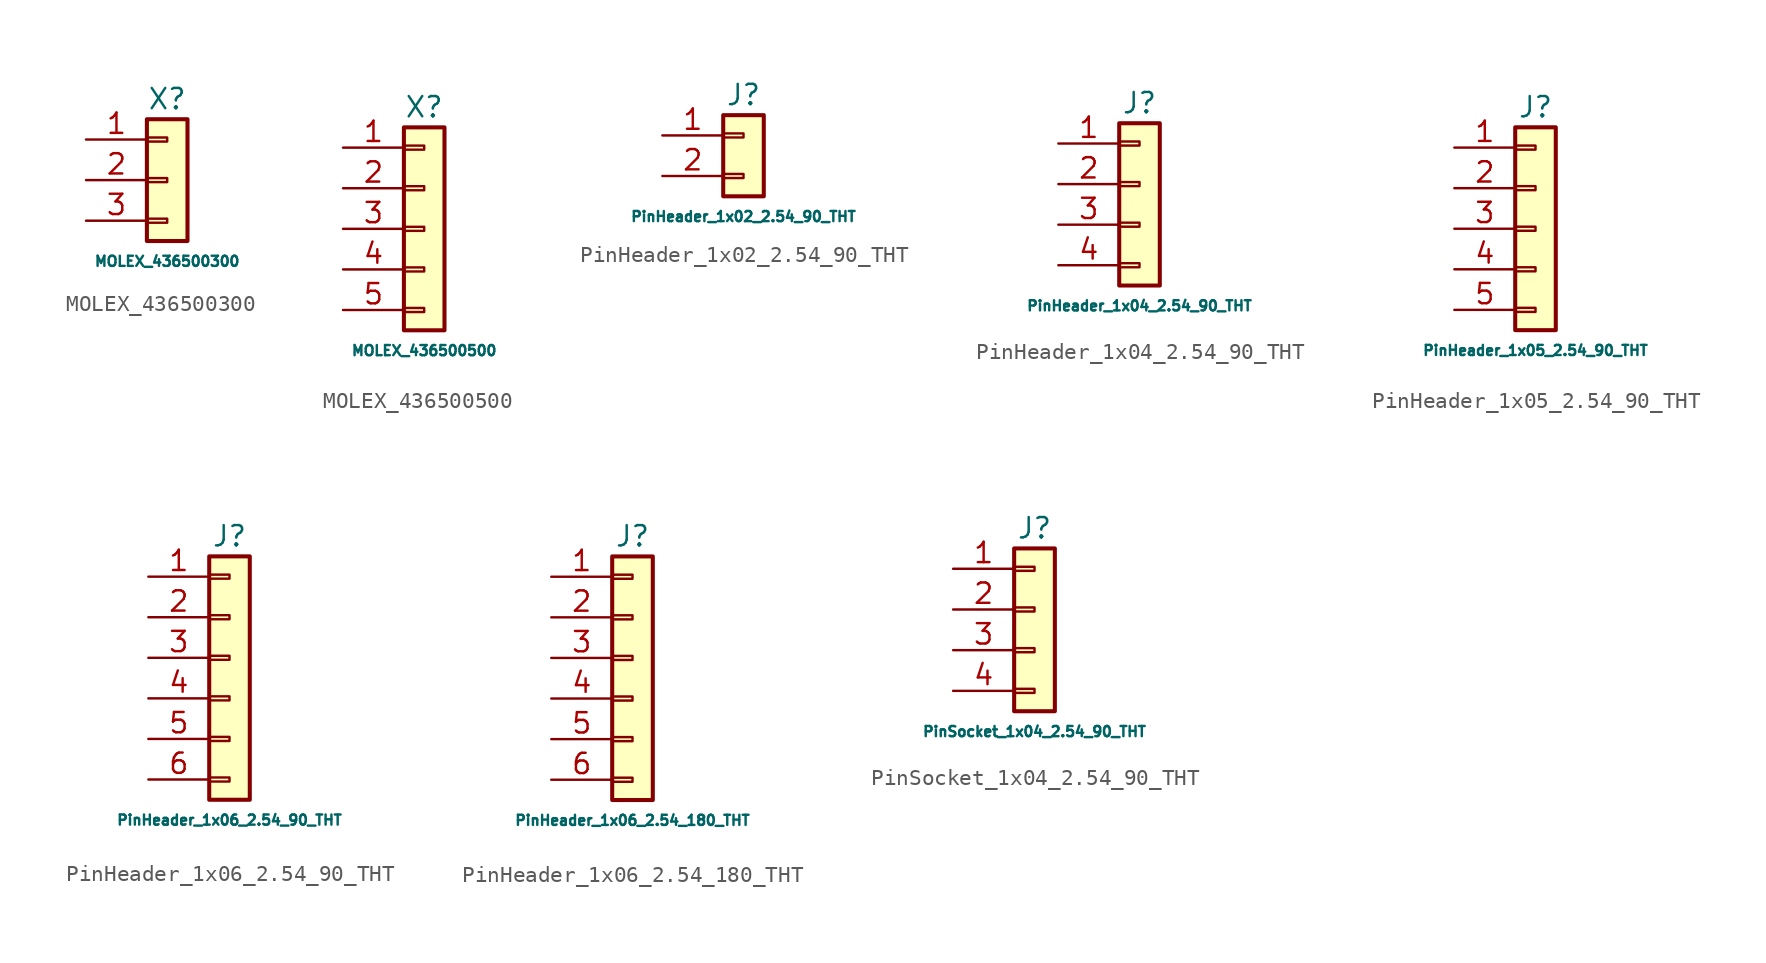
<source format=kicad_sym>
(kicad_symbol_lib
  (version 20220914)
  (generator kicad_symbol_editor)
  (symbol "MOLEX_436500300"
    (pin_names
      (offset 1.016) hide)
    (property "Reference" "X"
      (at 0 2.54 0)
      (effects (font (size 1.27 1.27))))
    (property "Value" "MOLEX_436500300"
      (at 0 -7.62 0)
      (effects (font (size 0.635 0.635))))
    (symbol "MOLEX_436500300_1_1"
      (rectangle (start -1.27 -4.953) (end 0 -5.207) (stroke (width 0.152) (type default)) (fill (type none)))
      (rectangle (start -1.27 -2.413) (end 0 -2.667) (stroke (width 0.152) (type default)) (fill (type none)))
      (rectangle (start -1.27 0.127) (end 0 -0.127) (stroke (width 0.152) (type default)) (fill (type none)))
      (rectangle (start -1.27 1.27) (end 1.27 -6.35) (stroke (width 0.254) (type default)) (fill (type background)))
      (pin passive line (at -5.08 0 0) (length 3.81) (name "Pin_1" (effects (font (size 1.27 1.27)))) (number "1" (effects (font (size 1.27 1.27)))))
      (pin passive line (at -5.08 -2.54 0) (length 3.81) (name "Pin_2" (effects (font (size 1.27 1.27)))) (number "2" (effects (font (size 1.27 1.27)))))
      (pin passive line (at -5.08 -5.08 0) (length 3.81) (name "Pin_3" (effects (font (size 1.27 1.27)))) (number "3" (effects (font (size 1.27 1.27)))))))
  (symbol "MOLEX_436500500"
    (pin_names
      (offset 1.016) hide)
    (property "Reference" "X"
      (at 0 2.54 0)
      (effects (font (size 1.27 1.27))))
    (property "Value" "MOLEX_436500500"
      (at 0 -12.7 0)
      (effects (font (size 0.635 0.635))))
    (symbol "MOLEX_436500500_1_1"
      (rectangle (start -1.27 -10.033) (end 0 -10.287) (stroke (width 0.152) (type default)) (fill (type none)))
      (rectangle (start -1.27 -7.493) (end 0 -7.747) (stroke (width 0.152) (type default)) (fill (type none)))
      (rectangle (start -1.27 -4.953) (end 0 -5.207) (stroke (width 0.152) (type default)) (fill (type none)))
      (rectangle (start -1.27 -2.413) (end 0 -2.667) (stroke (width 0.152) (type default)) (fill (type none)))
      (rectangle (start -1.27 0.127) (end 0 -0.127) (stroke (width 0.152) (type default)) (fill (type none)))
      (rectangle (start -1.27 1.27) (end 1.27 -11.43) (stroke (width 0.254) (type default)) (fill (type background)))
      (pin passive line (at -5.08 0 0) (length 3.81) (name "Pin_1" (effects (font (size 1.27 1.27)))) (number "1" (effects (font (size 1.27 1.27)))))
      (pin passive line (at -5.08 -2.54 0) (length 3.81) (name "Pin_2" (effects (font (size 1.27 1.27)))) (number "2" (effects (font (size 1.27 1.27)))))
      (pin passive line (at -5.08 -5.08 0) (length 3.81) (name "Pin_3" (effects (font (size 1.27 1.27)))) (number "3" (effects (font (size 1.27 1.27)))))
      (pin passive line (at -5.08 -7.62 0) (length 3.81) (name "Pin_4" (effects (font (size 1.27 1.27)))) (number "4" (effects (font (size 1.27 1.27)))))
      (pin passive line (at -5.08 -10.16 0) (length 3.81) (name "Pin_5" (effects (font (size 1.27 1.27)))) (number "5" (effects (font (size 1.27 1.27)))))))
  (symbol "PinHeader_1x02_2.54_90_THT"
    (pin_names
      (offset 1.016) hide)
    (property "Reference" "J"
      (at 0 2.54 0)
      (effects (font (size 1.27 1.27))))
    (property "Value" "PinHeader_1x02_2.54_90_THT"
      (at 0 -5.08 0)
      (effects (font (size 0.635 0.635))))
    (symbol "PinHeader_1x02_2.54_90_THT_1_1"
      (rectangle (start -1.27 -2.413) (end 0 -2.667) (stroke (width 0.152) (type default)) (fill (type none)))
      (rectangle (start -1.27 0.127) (end 0 -0.127) (stroke (width 0.152) (type default)) (fill (type none)))
      (rectangle (start -1.27 1.27) (end 1.27 -3.81) (stroke (width 0.254) (type default)) (fill (type background)))
      (pin passive line (at -5.08 0 0) (length 3.81) (name "Pin_1" (effects (font (size 1.27 1.27)))) (number "1" (effects (font (size 1.27 1.27)))))
      (pin passive line (at -5.08 -2.54 0) (length 3.81) (name "Pin_2" (effects (font (size 1.27 1.27)))) (number "2" (effects (font (size 1.27 1.27)))))))
  (symbol "PinHeader_1x04_2.54_90_THT"
    (pin_names
      (offset 1.016) hide)
    (property "Reference" "J"
      (at 0 7.62 0)
      (effects (font (size 1.27 1.27))))
    (property "Value" "PinHeader_1x04_2.54_90_THT"
      (at 0 -5.08 0)
      (effects (font (size 0.635 0.635))))
    (symbol "PinHeader_1x04_2.54_90_THT_1_1"
      (rectangle (start -1.27 -2.413) (end 0 -2.667) (stroke (width 0.152) (type default)) (fill (type none)))
      (rectangle (start -1.27 0.127) (end 0 -0.127) (stroke (width 0.152) (type default)) (fill (type none)))
      (rectangle (start -1.27 2.667) (end 0 2.413) (stroke (width 0.152) (type default)) (fill (type none)))
      (rectangle (start -1.27 5.207) (end 0 4.953) (stroke (width 0.152) (type default)) (fill (type none)))
      (rectangle (start -1.27 6.35) (end 1.27 -3.81) (stroke (width 0.254) (type default)) (fill (type background)))
      (pin passive line (at -5.08 5.08 0) (length 3.81) (name "Pin_1" (effects (font (size 1.27 1.27)))) (number "1" (effects (font (size 1.27 1.27)))))
      (pin passive line (at -5.08 2.54 0) (length 3.81) (name "Pin_2" (effects (font (size 1.27 1.27)))) (number "2" (effects (font (size 1.27 1.27)))))
      (pin passive line (at -5.08 0 0) (length 3.81) (name "Pin_3" (effects (font (size 1.27 1.27)))) (number "3" (effects (font (size 1.27 1.27)))))
      (pin passive line (at -5.08 -2.54 0) (length 3.81) (name "Pin_4" (effects (font (size 1.27 1.27)))) (number "4" (effects (font (size 1.27 1.27)))))))
  (symbol "PinHeader_1x05_2.54_90_THT"
    (pin_names
      (offset 1.016) hide)
    (property "Reference" "J"
      (at 0 7.62 0)
      (effects (font (size 1.27 1.27))))
    (property "Value" "PinHeader_1x05_2.54_90_THT"
      (at 0 -7.62 0)
      (effects (font (size 0.635 0.635))))
    (symbol "PinHeader_1x05_2.54_90_THT_1_1"
      (rectangle (start -1.27 -4.953) (end 0 -5.207) (stroke (width 0.152) (type default)) (fill (type none)))
      (rectangle (start -1.27 -2.413) (end 0 -2.667) (stroke (width 0.152) (type default)) (fill (type none)))
      (rectangle (start -1.27 0.127) (end 0 -0.127) (stroke (width 0.152) (type default)) (fill (type none)))
      (rectangle (start -1.27 2.667) (end 0 2.413) (stroke (width 0.152) (type default)) (fill (type none)))
      (rectangle (start -1.27 5.207) (end 0 4.953) (stroke (width 0.152) (type default)) (fill (type none)))
      (rectangle (start -1.27 6.35) (end 1.27 -6.35) (stroke (width 0.254) (type default)) (fill (type background)))
      (pin passive line (at -5.08 5.08 0) (length 3.81) (name "Pin_1" (effects (font (size 1.27 1.27)))) (number "1" (effects (font (size 1.27 1.27)))))
      (pin passive line (at -5.08 2.54 0) (length 3.81) (name "Pin_2" (effects (font (size 1.27 1.27)))) (number "2" (effects (font (size 1.27 1.27)))))
      (pin passive line (at -5.08 0 0) (length 3.81) (name "Pin_3" (effects (font (size 1.27 1.27)))) (number "3" (effects (font (size 1.27 1.27)))))
      (pin passive line (at -5.08 -2.54 0) (length 3.81) (name "Pin_4" (effects (font (size 1.27 1.27)))) (number "4" (effects (font (size 1.27 1.27)))))
      (pin passive line (at -5.08 -5.08 0) (length 3.81) (name "Pin_5" (effects (font (size 1.27 1.27)))) (number "5" (effects (font (size 1.27 1.27)))))))
  (symbol "PinHeader_1x06_2.54_90_THT"
    (pin_names
      (offset 1.016) hide)
    (property "Reference" "J"
      (at 0 7.62 0)
      (effects (font (size 1.27 1.27))))
    (property "Value" "PinHeader_1x06_2.54_90_THT"
      (at 0 -10.16 0)
      (effects (font (size 0.635 0.635))))
    (symbol "PinHeader_1x06_2.54_90_THT_1_1"
      (rectangle (start -1.27 -7.493) (end 0 -7.747) (stroke (width 0.152) (type default)) (fill (type none)))
      (rectangle (start -1.27 -4.953) (end 0 -5.207) (stroke (width 0.152) (type default)) (fill (type none)))
      (rectangle (start -1.27 -2.413) (end 0 -2.667) (stroke (width 0.152) (type default)) (fill (type none)))
      (rectangle (start -1.27 0.127) (end 0 -0.127) (stroke (width 0.152) (type default)) (fill (type none)))
      (rectangle (start -1.27 2.667) (end 0 2.413) (stroke (width 0.152) (type default)) (fill (type none)))
      (rectangle (start -1.27 5.207) (end 0 4.953) (stroke (width 0.152) (type default)) (fill (type none)))
      (rectangle (start -1.27 6.35) (end 1.27 -8.89) (stroke (width 0.254) (type default)) (fill (type background)))
      (pin passive line (at -5.08 5.08 0) (length 3.81) (name "Pin_1" (effects (font (size 1.27 1.27)))) (number "1" (effects (font (size 1.27 1.27)))))
      (pin passive line (at -5.08 2.54 0) (length 3.81) (name "Pin_2" (effects (font (size 1.27 1.27)))) (number "2" (effects (font (size 1.27 1.27)))))
      (pin passive line (at -5.08 0 0) (length 3.81) (name "Pin_3" (effects (font (size 1.27 1.27)))) (number "3" (effects (font (size 1.27 1.27)))))
      (pin passive line (at -5.08 -2.54 0) (length 3.81) (name "Pin_4" (effects (font (size 1.27 1.27)))) (number "4" (effects (font (size 1.27 1.27)))))
      (pin passive line (at -5.08 -5.08 0) (length 3.81) (name "Pin_5" (effects (font (size 1.27 1.27)))) (number "5" (effects (font (size 1.27 1.27)))))
      (pin passive line (at -5.08 -7.62 0) (length 3.81) (name "Pin_6" (effects (font (size 1.27 1.27)))) (number "6" (effects (font (size 1.27 1.27)))))))
  (symbol "PinHeader_1x06_2.54_180_THT"
    (pin_names
      (offset 1.016) hide)
    (property "Reference" "J"
      (at 0 7.62 0)
      (effects (font (size 1.27 1.27))))
    (property "Value" "PinHeader_1x06_2.54_180_THT"
      (at 0 -10.16 0)
      (effects (font (size 0.635 0.635))))
    (symbol "PinHeader_1x06_2.54_180_THT_1_1"
      (rectangle (start -1.27 -7.493) (end 0 -7.747) (stroke (width 0.152) (type default)) (fill (type none)))
      (rectangle (start -1.27 -4.953) (end 0 -5.207) (stroke (width 0.152) (type default)) (fill (type none)))
      (rectangle (start -1.27 -2.413) (end 0 -2.667) (stroke (width 0.152) (type default)) (fill (type none)))
      (rectangle (start -1.27 0.127) (end 0 -0.127) (stroke (width 0.152) (type default)) (fill (type none)))
      (rectangle (start -1.27 2.667) (end 0 2.413) (stroke (width 0.152) (type default)) (fill (type none)))
      (rectangle (start -1.27 5.207) (end 0 4.953) (stroke (width 0.152) (type default)) (fill (type none)))
      (rectangle (start -1.27 6.35) (end 1.27 -8.89) (stroke (width 0.254) (type default)) (fill (type background)))
      (pin passive line (at -5.08 5.08 0) (length 3.81) (name "Pin_1" (effects (font (size 1.27 1.27)))) (number "1" (effects (font (size 1.27 1.27)))))
      (pin passive line (at -5.08 2.54 0) (length 3.81) (name "Pin_2" (effects (font (size 1.27 1.27)))) (number "2" (effects (font (size 1.27 1.27)))))
      (pin passive line (at -5.08 0 0) (length 3.81) (name "Pin_3" (effects (font (size 1.27 1.27)))) (number "3" (effects (font (size 1.27 1.27)))))
      (pin passive line (at -5.08 -2.54 0) (length 3.81) (name "Pin_4" (effects (font (size 1.27 1.27)))) (number "4" (effects (font (size 1.27 1.27)))))
      (pin passive line (at -5.08 -5.08 0) (length 3.81) (name "Pin_5" (effects (font (size 1.27 1.27)))) (number "5" (effects (font (size 1.27 1.27)))))
      (pin passive line (at -5.08 -7.62 0) (length 3.81) (name "Pin_6" (effects (font (size 1.27 1.27)))) (number "6" (effects (font (size 1.27 1.27)))))))
  (symbol "PinSocket_1x04_2.54_90_THT"
    (pin_names
      (offset 1.016) hide)
    (property "Reference" "J"
      (at 5.08 2.54 0)
      (effects (font (size 1.27 1.27))))
    (property "Value" "PinSocket_1x04_2.54_90_THT"
      (at 5.08 -10.16 0)
      (effects (font (size 0.635 0.635))))
    (symbol "PinSocket_1x04_2.54_90_THT_1_1"
      (rectangle (start 3.81 -7.493) (end 5.08 -7.747) (stroke (width 0.152) (type default)) (fill (type none)))
      (rectangle (start 3.81 -4.953) (end 5.08 -5.207) (stroke (width 0.152) (type default)) (fill (type none)))
      (rectangle (start 3.81 -2.413) (end 5.08 -2.667) (stroke (width 0.152) (type default)) (fill (type none)))
      (rectangle (start 3.81 0.127) (end 5.08 -0.127) (stroke (width 0.152) (type default)) (fill (type none)))
      (rectangle (start 3.81 1.27) (end 6.35 -8.89) (stroke (width 0.254) (type default)) (fill (type background)))
      (pin passive line (at 0 0 0) (length 3.81) (name "Pin_1" (effects (font (size 1.27 1.27)))) (number "1" (effects (font (size 1.27 1.27)))))
      (pin passive line (at 0 -2.54 0) (length 3.81) (name "Pin_2" (effects (font (size 1.27 1.27)))) (number "2" (effects (font (size 1.27 1.27)))))
      (pin passive line (at 0 -5.08 0) (length 3.81) (name "Pin_3" (effects (font (size 1.27 1.27)))) (number "3" (effects (font (size 1.27 1.27)))))
      (pin passive line (at 0 -7.62 0) (length 3.81) (name "Pin_4" (effects (font (size 1.27 1.27)))) (number "4" (effects (font (size 1.27 1.27))))))))
</source>
